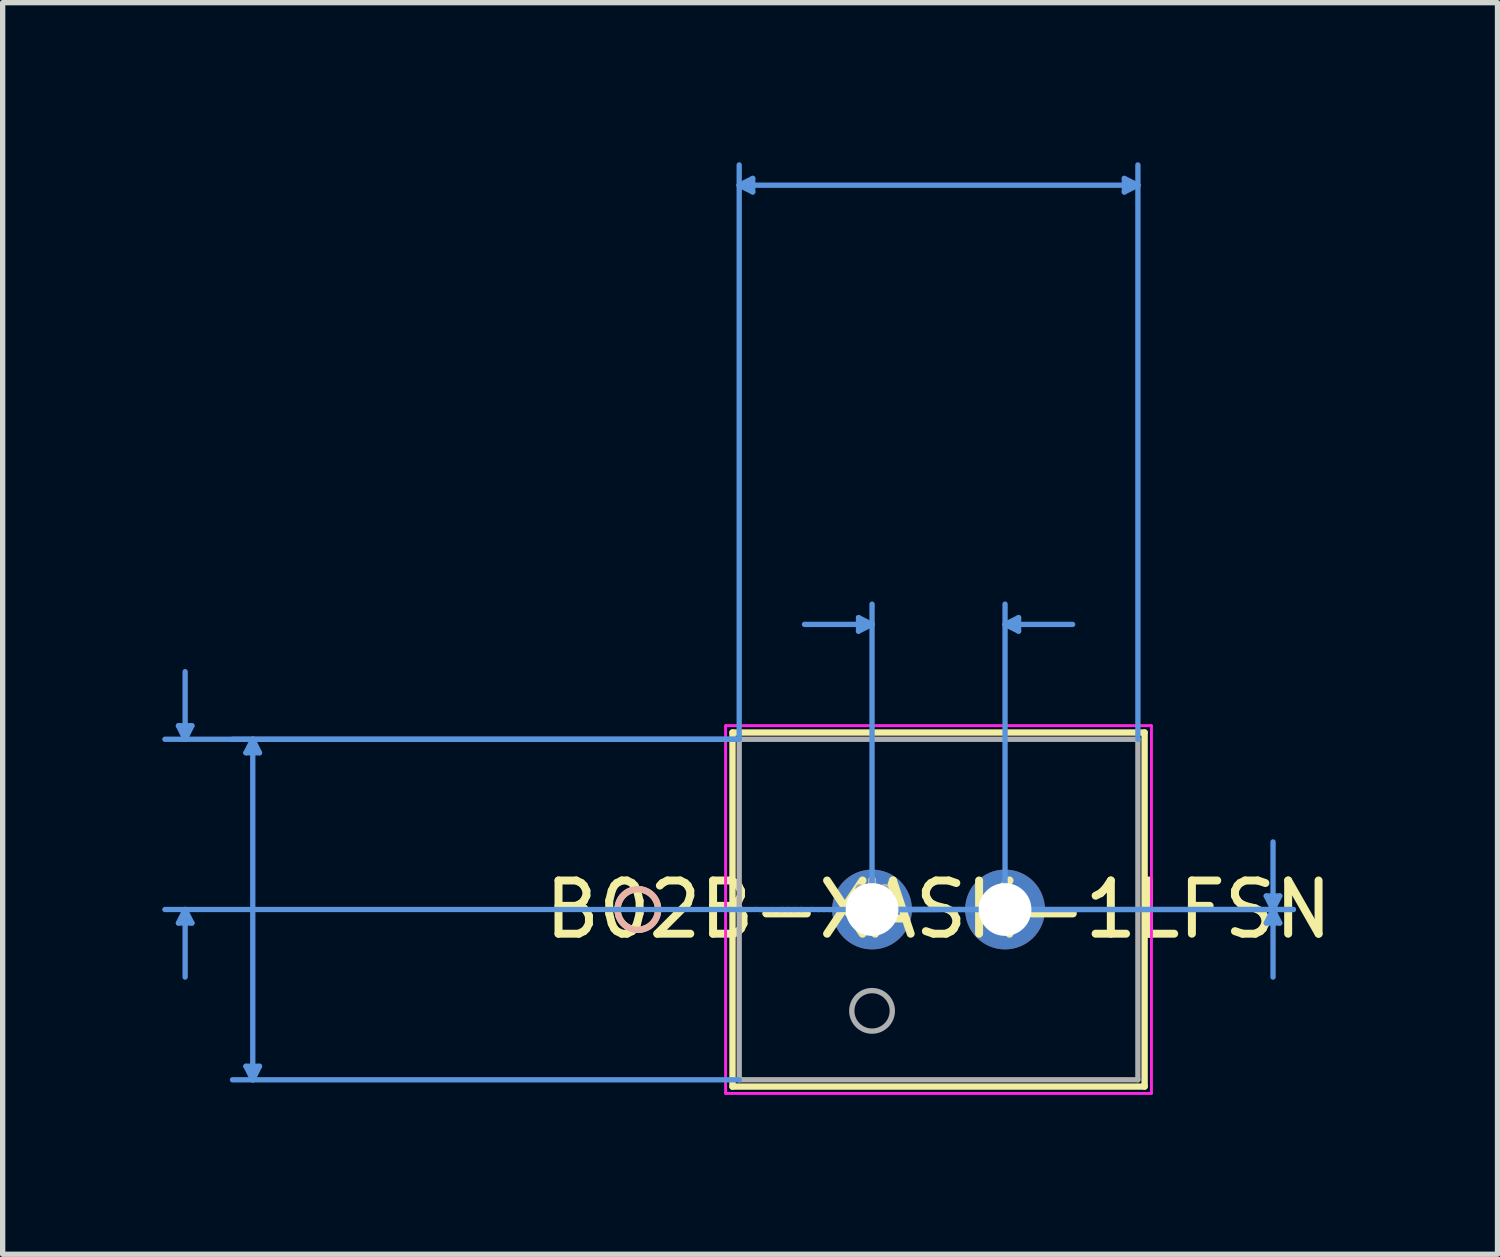
<source format=kicad_pcb>
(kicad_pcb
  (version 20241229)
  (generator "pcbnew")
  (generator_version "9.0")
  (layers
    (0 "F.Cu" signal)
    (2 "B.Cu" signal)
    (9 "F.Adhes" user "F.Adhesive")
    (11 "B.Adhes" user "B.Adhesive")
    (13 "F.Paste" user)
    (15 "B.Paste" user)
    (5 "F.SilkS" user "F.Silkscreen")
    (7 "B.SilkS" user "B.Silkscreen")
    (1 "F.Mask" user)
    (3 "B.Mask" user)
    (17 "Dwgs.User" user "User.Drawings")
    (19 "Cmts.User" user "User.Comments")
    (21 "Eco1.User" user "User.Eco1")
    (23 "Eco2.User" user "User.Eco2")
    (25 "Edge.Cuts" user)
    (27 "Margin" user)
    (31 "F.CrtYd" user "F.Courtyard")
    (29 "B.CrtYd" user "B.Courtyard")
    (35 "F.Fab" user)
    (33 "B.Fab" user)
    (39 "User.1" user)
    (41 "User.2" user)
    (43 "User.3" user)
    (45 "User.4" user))
  (footprint "B02B-XASK-1LFSN"
    (layer "F.Cu")
    (at 13.341 14.045)
    (property "Reference" "B02B-XASK-1LFSN" (at 1.25 0 0) (layer "F.SilkS") (effects (font (size 1 1) (thickness 0.15))))
    (attr through_hole)
    (fp_line (start -2.623 -3.327) (end -2.623 3.328) (stroke (width 0.12) (type solid)) (layer "F.SilkS"))
    (fp_line (start -2.623 3.328) (end 5.123 3.328) (stroke (width 0.12) (type solid)) (layer "F.SilkS"))
    (fp_line (start 5.123 -3.327) (end -2.623 -3.327) (stroke (width 0.12) (type solid)) (layer "F.SilkS"))
    (fp_line (start 5.123 3.328) (end 5.123 -3.327) (stroke (width 0.12) (type solid)) (layer "F.SilkS"))
    (fp_circle (center -4.402 0) (end -4.021 0) (stroke (width 0.12) (type solid)) (fill no) (layer "F.SilkS"))
    (fp_circle (center -4.402 0) (end -4.021 0) (stroke (width 0.12) (type solid)) (fill no) (layer "B.SilkS"))
    (fp_line (start -13.037 -3.454) (end -12.784 -3.454) (stroke (width 0.1) (type solid)) (layer "Cmts.User"))
    (fp_line (start -13.037 0.254) (end -12.784 0.254) (stroke (width 0.1) (type solid)) (layer "Cmts.User"))
    (fp_line (start -12.911 -3.2) (end -13.037 -3.454) (stroke (width 0.1) (type solid)) (layer "Cmts.User"))
    (fp_line (start -12.911 -3.2) (end -12.911 -4.47) (stroke (width 0.1) (type solid)) (layer "Cmts.User"))
    (fp_line (start -12.911 -3.2) (end -12.784 -3.454) (stroke (width 0.1) (type solid)) (layer "Cmts.User"))
    (fp_line (start -12.911 0) (end -13.037 0.254) (stroke (width 0.1) (type solid)) (layer "Cmts.User"))
    (fp_line (start -12.911 0) (end -12.911 1.27) (stroke (width 0.1) (type solid)) (layer "Cmts.User"))
    (fp_line (start -12.911 0) (end -12.784 0.254) (stroke (width 0.1) (type solid)) (layer "Cmts.User"))
    (fp_line (start -11.768 -2.946) (end -11.514 -2.946) (stroke (width 0.1) (type solid)) (layer "Cmts.User"))
    (fp_line (start -11.768 2.947) (end -11.514 2.947) (stroke (width 0.1) (type solid)) (layer "Cmts.User"))
    (fp_line (start -11.64 -3.2) (end -11.768 -2.946) (stroke (width 0.1) (type solid)) (layer "Cmts.User"))
    (fp_line (start -11.64 -3.2) (end -11.64 3.201) (stroke (width 0.1) (type solid)) (layer "Cmts.User"))
    (fp_line (start -11.64 -3.2) (end -11.514 -2.946) (stroke (width 0.1) (type solid)) (layer "Cmts.User"))
    (fp_line (start -11.64 3.201) (end -11.768 2.947) (stroke (width 0.1) (type solid)) (layer "Cmts.User"))
    (fp_line (start -11.64 3.201) (end -11.514 2.947) (stroke (width 0.1) (type solid)) (layer "Cmts.User"))
    (fp_line (start -2.497 -13.614) (end -2.243 -13.741) (stroke (width 0.1) (type solid)) (layer "Cmts.User"))
    (fp_line (start -2.497 -13.614) (end -2.243 -13.487) (stroke (width 0.1) (type solid)) (layer "Cmts.User"))
    (fp_line (start -2.497 -13.614) (end 4.997 -13.614) (stroke (width 0.1) (type solid)) (layer "Cmts.User"))
    (fp_line (start -2.497 -3.2) (end -13.291 -3.2) (stroke (width 0.1) (type solid)) (layer "Cmts.User"))
    (fp_line (start -2.497 -3.2) (end -12.021 -3.2) (stroke (width 0.1) (type solid)) (layer "Cmts.User"))
    (fp_line (start -2.497 -3.2) (end -2.497 -13.995) (stroke (width 0.1) (type solid)) (layer "Cmts.User"))
    (fp_line (start -2.497 3.201) (end -12.021 3.201) (stroke (width 0.1) (type solid)) (layer "Cmts.User"))
    (fp_line (start -2.243 -13.741) (end -2.243 -13.487) (stroke (width 0.1) (type solid)) (layer "Cmts.User"))
    (fp_line (start -0.254 -5.486) (end -0.254 -5.232) (stroke (width 0.1) (type solid)) (layer "Cmts.User"))
    (fp_line (start 0 -5.359) (end -1.27 -5.359) (stroke (width 0.1) (type solid)) (layer "Cmts.User"))
    (fp_line (start 0 -5.359) (end -0.254 -5.486) (stroke (width 0.1) (type solid)) (layer "Cmts.User"))
    (fp_line (start 0 -5.359) (end -0.254 -5.232) (stroke (width 0.1) (type solid)) (layer "Cmts.User"))
    (fp_line (start 0 0) (end 0 -5.74) (stroke (width 0.1) (type solid)) (layer "Cmts.User"))
    (fp_line (start 0 0) (end 7.918 0) (stroke (width 0.1) (type solid)) (layer "Cmts.User"))
    (fp_line (start 0 0) (end 7.918 0) (stroke (width 0.1) (type solid)) (layer "Cmts.User"))
    (fp_line (start 1.25 0) (end -13.291 0) (stroke (width 0.1) (type solid)) (layer "Cmts.User"))
    (fp_line (start 2.5 -5.359) (end 2.754 -5.486) (stroke (width 0.1) (type solid)) (layer "Cmts.User"))
    (fp_line (start 2.5 -5.359) (end 2.754 -5.232) (stroke (width 0.1) (type solid)) (layer "Cmts.User"))
    (fp_line (start 2.5 -5.359) (end 3.77 -5.359) (stroke (width 0.1) (type solid)) (layer "Cmts.User"))
    (fp_line (start 2.5 0) (end 2.5 -5.74) (stroke (width 0.1) (type solid)) (layer "Cmts.User"))
    (fp_line (start 2.754 -5.486) (end 2.754 -5.232) (stroke (width 0.1) (type solid)) (layer "Cmts.User"))
    (fp_line (start 4.742 -13.741) (end 4.742 -13.487) (stroke (width 0.1) (type solid)) (layer "Cmts.User"))
    (fp_line (start 4.997 -13.614) (end 4.742 -13.741) (stroke (width 0.1) (type solid)) (layer "Cmts.User"))
    (fp_line (start 4.997 -13.614) (end 4.742 -13.487) (stroke (width 0.1) (type solid)) (layer "Cmts.User"))
    (fp_line (start 4.997 -3.2) (end 4.997 -13.995) (stroke (width 0.1) (type solid)) (layer "Cmts.User"))
    (fp_line (start 7.41 -0.254) (end 7.663 -0.254) (stroke (width 0.1) (type solid)) (layer "Cmts.User"))
    (fp_line (start 7.41 0.254) (end 7.663 0.254) (stroke (width 0.1) (type solid)) (layer "Cmts.User"))
    (fp_line (start 7.537 0) (end 7.41 -0.254) (stroke (width 0.1) (type solid)) (layer "Cmts.User"))
    (fp_line (start 7.537 0) (end 7.41 0.254) (stroke (width 0.1) (type solid)) (layer "Cmts.User"))
    (fp_line (start 7.537 0) (end 7.537 -1.27) (stroke (width 0.1) (type solid)) (layer "Cmts.User"))
    (fp_line (start 7.537 0) (end 7.537 1.27) (stroke (width 0.1) (type solid)) (layer "Cmts.User"))
    (fp_line (start 7.537 0) (end 7.663 -0.254) (stroke (width 0.1) (type solid)) (layer "Cmts.User"))
    (fp_line (start 7.537 0) (end 7.663 0.254) (stroke (width 0.1) (type solid)) (layer "Cmts.User"))
    (fp_line (start -2.751 -3.454) (end -2.751 3.455) (stroke (width 0.05) (type solid)) (layer "F.CrtYd"))
    (fp_line (start -2.751 -3.454) (end -2.751 3.455) (stroke (width 0.05) (type solid)) (layer "F.CrtYd"))
    (fp_line (start -2.751 3.455) (end 5.25 3.455) (stroke (width 0.05) (type solid)) (layer "F.CrtYd"))
    (fp_line (start -2.751 3.455) (end 5.25 3.455) (stroke (width 0.05) (type solid)) (layer "F.CrtYd"))
    (fp_line (start 5.25 -3.454) (end -2.751 -3.454) (stroke (width 0.05) (type solid)) (layer "F.CrtYd"))
    (fp_line (start 5.25 -3.454) (end -2.751 -3.454) (stroke (width 0.05) (type solid)) (layer "F.CrtYd"))
    (fp_line (start 5.25 3.455) (end 5.25 -3.454) (stroke (width 0.05) (type solid)) (layer "F.CrtYd"))
    (fp_line (start 5.25 3.455) (end 5.25 -3.454) (stroke (width 0.05) (type solid)) (layer "F.CrtYd"))
    (fp_line (start -2.497 -3.2) (end -2.497 3.201) (stroke (width 0.1) (type solid)) (layer "F.Fab"))
    (fp_line (start -2.497 3.201) (end 4.997 3.201) (stroke (width 0.1) (type solid)) (layer "F.Fab"))
    (fp_line (start 4.997 -3.2) (end -2.497 -3.2) (stroke (width 0.1) (type solid)) (layer "F.Fab"))
    (fp_line (start 4.997 3.201) (end 4.997 -3.2) (stroke (width 0.1) (type solid)) (layer "F.Fab"))
    (fp_circle (center 0 1.905) (end 0.381 1.905) (stroke (width 0.1) (type solid)) (fill no) (layer "F.Fab"))
    (fp_text user "*" (at 0 0 0) (layer "F.SilkS") (effects (font (size 1 1) (thickness 0.15))))
    (fp_text user "Copyright 2021 Accelerated Designs. All rights reserved." (at 0 0 0) (layer "Cmts.User") (effects (font (size 0.127 0.127) (thickness 0.002))))
    (fp_text user "*" (at 0 0 0) (layer "F.Fab") (effects (font (size 1 1) (thickness 0.15))))
    (pad "1" thru_hole circle (at 0 0) (size 1.499 1.499) (drill 0.991) (layers "*.Cu" "*.Mask"))
    (pad "2" thru_hole circle (at 2.5 0) (size 1.499 1.499) (drill 0.991) (layers "*.Cu" "*.Mask")))
  (gr_rect
    (start -3 -3)
    (end 25.097 20.525)
    (stroke (width 0.1) (type default))
    (fill no)
    (layer "Edge.Cuts")))
</source>
